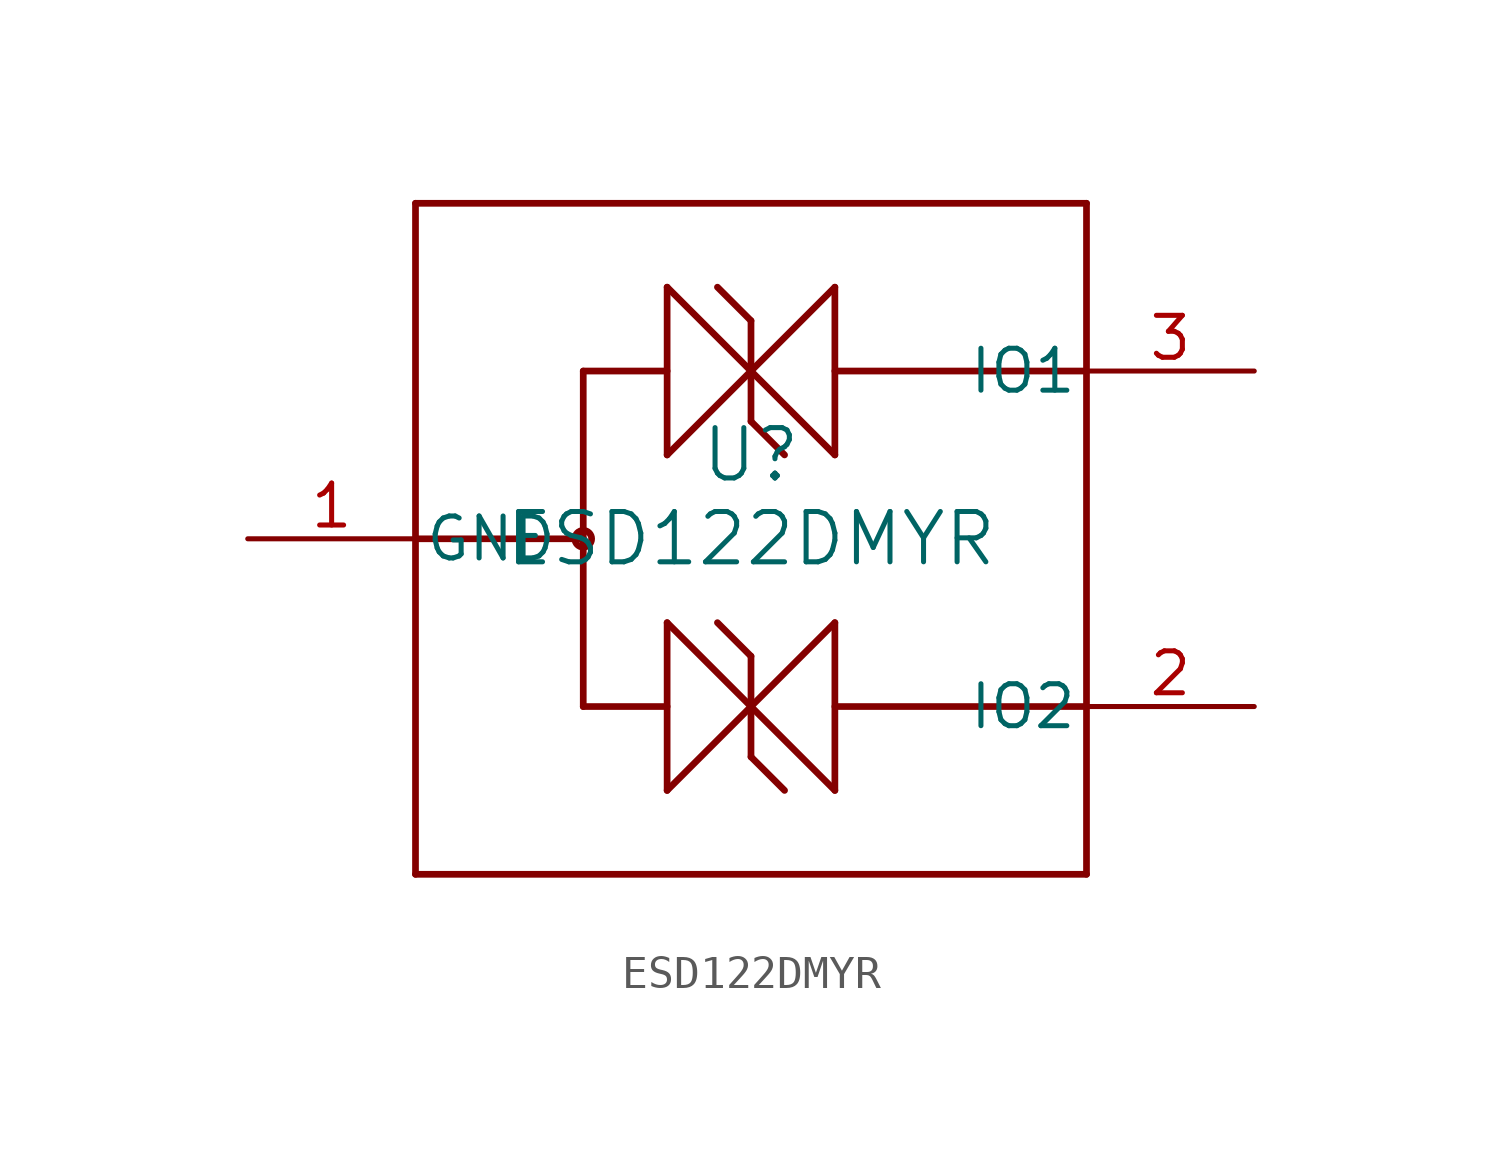
<source format=kicad_sym>
(kicad_symbol_lib
  (version 20231120)
  (generator "kicad_symbol_editor")
  (generator_version "8.0")
  (symbol "ESD122DMYR"
    (pin_names
      (offset 0.254))
    (property "Reference" "U"
      (at 0 2.54 0)
      (effects (font (size 1.524 1.524))))
    (property "Value" "ESD122DMYR"
      (at 0 0 0)
      (effects (font (size 1.524 1.524))))
    (property "ki_locked" ""
      (at 0 0 0)
      (effects (font (size 1.27 1.27))))
    (symbol "ESD122DMYR_0_1"
      (circle (center -5.08 0) (radius 0.254) (stroke (width 0.203) (type default)) (fill (type none)))
      (polyline (pts (xy -10.16 -10.16) (xy 10.16 -10.16)) (stroke (width 0.203) (type default)) (fill (type none)))
      (polyline (pts (xy -10.16 0) (xy -5.08 0)) (stroke (width 0.203) (type default)) (fill (type none)))
      (polyline (pts (xy -10.16 10.16) (xy -10.16 -10.16)) (stroke (width 0.203) (type default)) (fill (type none)))
      (polyline (pts (xy -5.08 0) (xy -5.08 -5.08)) (stroke (width 0.203) (type default)) (fill (type none)))
      (polyline (pts (xy -5.08 5.08) (xy -5.08 0)) (stroke (width 0.203) (type default)) (fill (type none)))
      (polyline (pts (xy -2.54 -7.62) (xy 0 -5.08)) (stroke (width 0.203) (type default)) (fill (type none)))
      (polyline (pts (xy -2.54 -5.08) (xy -5.08 -5.08)) (stroke (width 0.203) (type default)) (fill (type none)))
      (polyline (pts (xy -2.54 -2.54) (xy -2.54 -7.62)) (stroke (width 0.203) (type default)) (fill (type none)))
      (polyline (pts (xy -2.54 2.54) (xy 0 5.08)) (stroke (width 0.203) (type default)) (fill (type none)))
      (polyline (pts (xy -2.54 5.08) (xy -5.08 5.08)) (stroke (width 0.203) (type default)) (fill (type none)))
      (polyline (pts (xy -2.54 7.62) (xy -2.54 2.54)) (stroke (width 0.203) (type default)) (fill (type none)))
      (polyline (pts (xy 0 -6.604) (xy 0 -3.556)) (stroke (width 0.203) (type default)) (fill (type none)))
      (polyline (pts (xy 0 -5.08) (xy -2.54 -2.54)) (stroke (width 0.203) (type default)) (fill (type none)))
      (polyline (pts (xy 0 -5.08) (xy 2.54 -2.54)) (stroke (width 0.203) (type default)) (fill (type none)))
      (polyline (pts (xy 0 -3.556) (xy -1.016 -2.54)) (stroke (width 0.203) (type default)) (fill (type none)))
      (polyline (pts (xy 0 3.556) (xy 0 6.604)) (stroke (width 0.203) (type default)) (fill (type none)))
      (polyline (pts (xy 0 5.08) (xy -2.54 7.62)) (stroke (width 0.203) (type default)) (fill (type none)))
      (polyline (pts (xy 0 5.08) (xy 2.54 7.62)) (stroke (width 0.203) (type default)) (fill (type none)))
      (polyline (pts (xy 0 6.604) (xy -1.016 7.62)) (stroke (width 0.203) (type default)) (fill (type none)))
      (polyline (pts (xy 1.016 -7.62) (xy 0 -6.604)) (stroke (width 0.203) (type default)) (fill (type none)))
      (polyline (pts (xy 1.016 2.54) (xy 0 3.556)) (stroke (width 0.203) (type default)) (fill (type none)))
      (polyline (pts (xy 2.54 -7.62) (xy 0 -5.08)) (stroke (width 0.203) (type default)) (fill (type none)))
      (polyline (pts (xy 2.54 -2.54) (xy 2.54 -7.62)) (stroke (width 0.203) (type default)) (fill (type none)))
      (polyline (pts (xy 2.54 2.54) (xy 0 5.08)) (stroke (width 0.203) (type default)) (fill (type none)))
      (polyline (pts (xy 2.54 7.62) (xy 2.54 2.54)) (stroke (width 0.203) (type default)) (fill (type none)))
      (polyline (pts (xy 10.16 -10.16) (xy 10.16 10.16)) (stroke (width 0.203) (type default)) (fill (type none)))
      (polyline (pts (xy 10.16 -5.08) (xy 2.54 -5.08)) (stroke (width 0.203) (type default)) (fill (type none)))
      (polyline (pts (xy 10.16 5.08) (xy 2.54 5.08)) (stroke (width 0.203) (type default)) (fill (type none)))
      (polyline (pts (xy 10.16 10.16) (xy -10.16 10.16)) (stroke (width 0.203) (type default)) (fill (type none)))
      (pin unspecified line (at -15.24 0 0) (length 5.08) (name "GND" (effects (font (size 1.27 1.27)))) (number "1" (effects (font (size 1.27 1.27)))))
      (pin unspecified line (at 15.24 -5.08 180) (length 5.08) (name "IO2" (effects (font (size 1.27 1.27)))) (number "2" (effects (font (size 1.27 1.27)))))
      (pin unspecified line (at 15.24 5.08 180) (length 5.08) (name "IO1" (effects (font (size 1.27 1.27)))) (number "3" (effects (font (size 1.27 1.27))))))))
</source>
